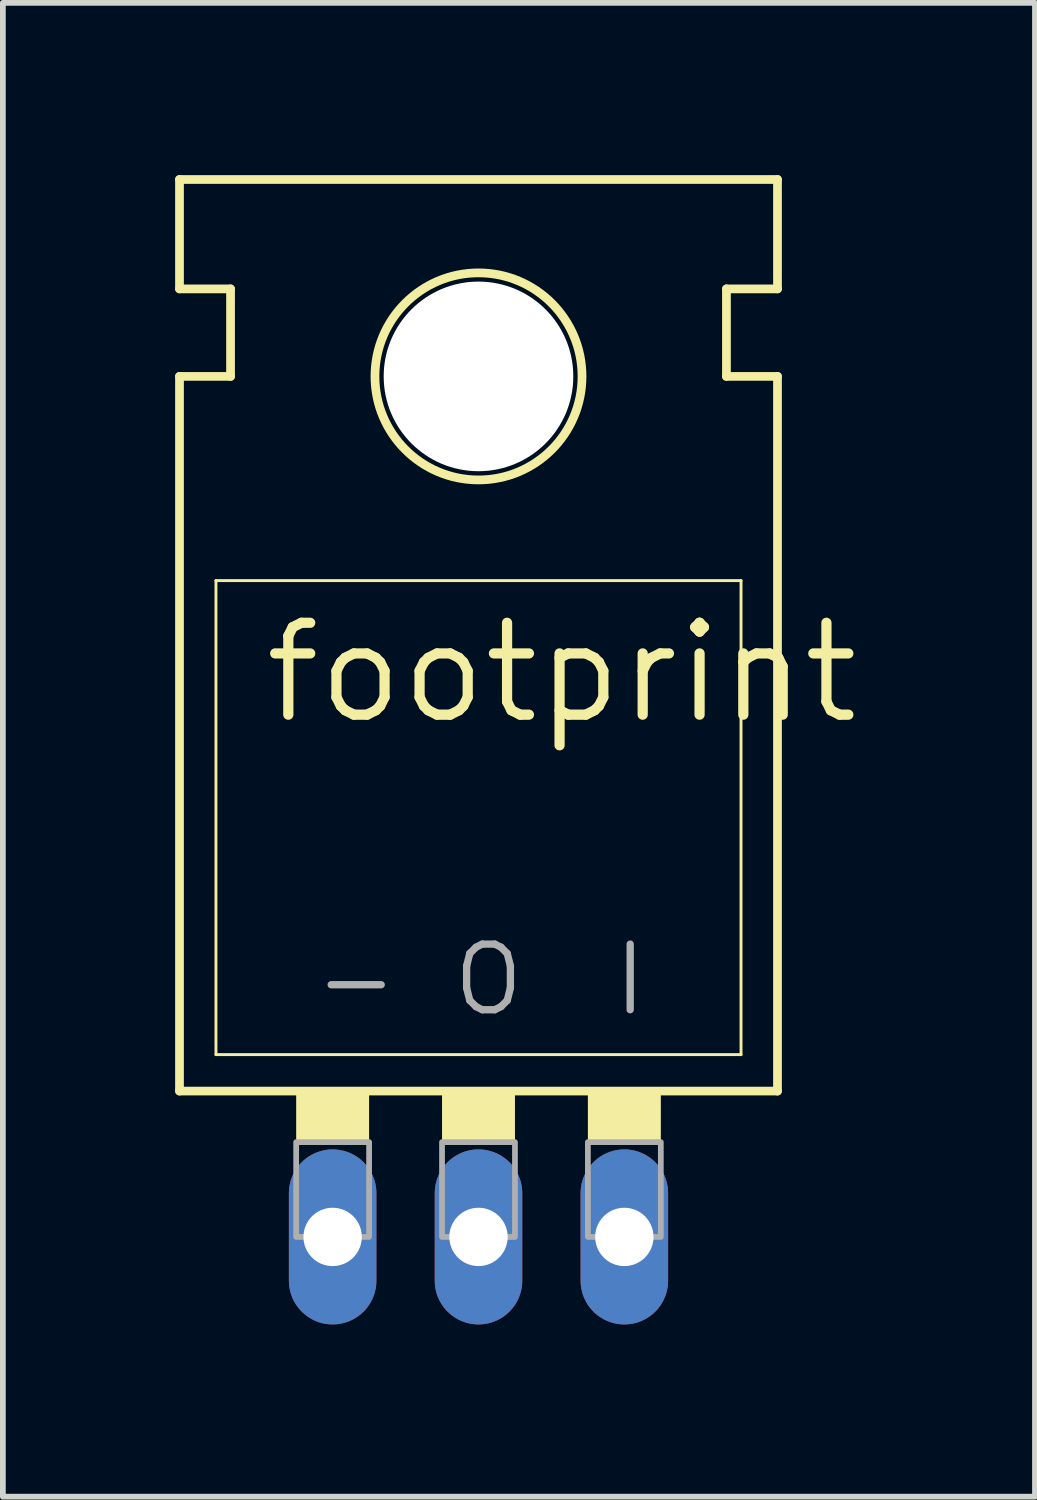
<source format=kicad_pcb>
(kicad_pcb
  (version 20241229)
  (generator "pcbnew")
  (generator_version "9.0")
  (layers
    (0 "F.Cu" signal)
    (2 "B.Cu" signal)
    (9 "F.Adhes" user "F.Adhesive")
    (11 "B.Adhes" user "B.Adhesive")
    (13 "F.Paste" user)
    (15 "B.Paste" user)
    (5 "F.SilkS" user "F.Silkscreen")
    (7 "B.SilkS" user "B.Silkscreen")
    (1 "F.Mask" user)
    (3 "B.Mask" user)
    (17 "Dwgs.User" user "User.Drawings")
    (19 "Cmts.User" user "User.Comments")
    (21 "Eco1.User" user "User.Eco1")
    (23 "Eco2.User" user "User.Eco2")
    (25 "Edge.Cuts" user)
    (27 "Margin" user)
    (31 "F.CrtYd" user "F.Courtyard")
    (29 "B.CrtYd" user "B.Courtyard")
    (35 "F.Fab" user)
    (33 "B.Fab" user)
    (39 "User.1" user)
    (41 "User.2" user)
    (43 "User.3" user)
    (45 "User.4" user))
  (footprint "footprint"
    (layer "F.Cu")
    (at 5.283 14.681)
    (property "Reference" "footprint" (at -3.81 -5.08 0) (layer "F.SilkS") (effects (font (size 1.6 1.6) (thickness 0.178)) (justify left bottom)))
    (fp_line (start -5.207 -12.7) (end -5.207 -14.605) (stroke (width 0.152) (type solid)) (layer "F.SilkS"))
    (fp_line (start -5.207 -11.176) (end -4.318 -11.176) (stroke (width 0.152) (type solid)) (layer "F.SilkS"))
    (fp_line (start -5.207 1.27) (end -5.207 -11.176) (stroke (width 0.152) (type solid)) (layer "F.SilkS"))
    (fp_line (start -5.207 1.27) (end 5.207 1.27) (stroke (width 0.152) (type solid)) (layer "F.SilkS"))
    (fp_line (start -4.572 0.635) (end -4.572 -7.62) (stroke (width 0.051) (type solid)) (layer "F.SilkS"))
    (fp_line (start -4.572 0.635) (end 4.572 0.635) (stroke (width 0.051) (type solid)) (layer "F.SilkS"))
    (fp_line (start -4.318 -12.7) (end -5.207 -12.7) (stroke (width 0.152) (type solid)) (layer "F.SilkS"))
    (fp_line (start -4.318 -11.176) (end -4.318 -12.7) (stroke (width 0.152) (type solid)) (layer "F.SilkS"))
    (fp_line (start 4.318 -12.7) (end 5.207 -12.7) (stroke (width 0.152) (type solid)) (layer "F.SilkS"))
    (fp_line (start 4.318 -11.176) (end 4.318 -12.7) (stroke (width 0.152) (type solid)) (layer "F.SilkS"))
    (fp_line (start 4.572 -7.62) (end -4.572 -7.62) (stroke (width 0.051) (type solid)) (layer "F.SilkS"))
    (fp_line (start 4.572 -7.62) (end 4.572 0.635) (stroke (width 0.051) (type solid)) (layer "F.SilkS"))
    (fp_line (start 5.207 -14.605) (end -5.207 -14.605) (stroke (width 0.152) (type solid)) (layer "F.SilkS"))
    (fp_line (start 5.207 -12.7) (end 5.207 -14.605) (stroke (width 0.152) (type solid)) (layer "F.SilkS"))
    (fp_line (start 5.207 -11.176) (end 4.318 -11.176) (stroke (width 0.152) (type solid)) (layer "F.SilkS"))
    (fp_line (start 5.207 1.27) (end 5.207 -11.176) (stroke (width 0.152) (type solid)) (layer "F.SilkS"))
    (fp_circle (center 0 -11.176) (end 1.803 -11.176) (stroke (width 0.152) (type solid)) (fill no) (layer "F.SilkS"))
    (fp_poly (pts (xy -3.175 2.159) (xy -1.905 2.159) (xy -1.905 1.27) (xy -3.175 1.27)) (stroke (width 0) (type solid)) (fill yes) (layer "F.SilkS"))
    (fp_poly (pts (xy -0.635 2.159) (xy 0.635 2.159) (xy 0.635 1.27) (xy -0.635 1.27)) (stroke (width 0) (type solid)) (fill yes) (layer "F.SilkS"))
    (fp_poly (pts (xy 1.905 2.159) (xy 3.175 2.159) (xy 3.175 1.27) (xy 1.905 1.27)) (stroke (width 0) (type solid)) (fill yes) (layer "F.SilkS"))
    (fp_poly (pts (xy -3.175 3.81) (xy -1.905 3.81) (xy -1.905 2.159) (xy -3.175 2.159)) (stroke (width 0.1) (type solid)) (fill no) (layer "F.Fab"))
    (fp_poly (pts (xy -0.635 3.81) (xy 0.635 3.81) (xy 0.635 2.159) (xy -0.635 2.159)) (stroke (width 0.1) (type solid)) (fill no) (layer "F.Fab"))
    (fp_poly (pts (xy 1.905 3.81) (xy 3.175 3.81) (xy 3.175 2.159) (xy 1.905 2.159)) (stroke (width 0.1) (type solid)) (fill no) (layer "F.Fab"))
    (fp_text user "O" (at -0.508 0 0) (layer "F.Fab") (effects (font (size 1.143 1.143) (thickness 0.127)) (justify left bottom)))
    (fp_text user "-" (at -2.921 0 0) (layer "F.Fab") (effects (font (size 1.143 1.143) (thickness 0.127)) (justify left bottom)))
    (fp_text user "I" (at 2.286 0 0) (layer "F.Fab") (effects (font (size 1.143 1.143) (thickness 0.127)) (justify left bottom)))
    (pad "" np_thru_hole circle (at 0 -11.176) (size 3.302 3.302) (drill 3.302) (layers "*.Cu" "*.Mask"))
    (pad "GND" thru_hole oval (at -2.54 3.81 90) (size 3.048 1.524) (drill 1.016) (layers "*.Cu" "*.Mask"))
    (pad "IN" thru_hole oval (at 2.54 3.81 90) (size 3.048 1.524) (drill 1.016) (layers "*.Cu" "*.Mask"))
    (pad "OUT" thru_hole oval (at 0 3.81 90) (size 3.048 1.524) (drill 1.016) (layers "*.Cu" "*.Mask"))
    (zone (net_name "") (layers "F.Cu" "B.Cu") (hatch edge 0.508) (connect_pads) (min_thickness 0.254) (filled_areas_thickness no) (keepout (tracks allowed) (vias not_allowed) (pads allowed) (copperpour allowed) (footprints allowed)) (placement (enabled no)) (fill) (polygon (pts (xy 8.331 3.505) (xy 8.285 2.976) (xy 8.147 2.463) (xy 7.923 1.981) (xy 7.618 1.546) (xy 7.242 1.17) (xy 6.807 0.866) (xy 6.326 0.641) (xy 5.812 0.504) (xy 5.283 0.457) (xy 4.754 0.504) (xy 4.241 0.641) (xy 3.759 0.866) (xy 3.324 1.17) (xy 2.948 1.546) (xy 2.644 1.981) (xy 2.419 2.463) (xy 2.282 2.976) (xy 2.235 3.505) (xy 2.282 4.034) (xy 2.419 4.548) (xy 2.644 5.029) (xy 2.948 5.464) (xy 3.324 5.84) (xy 3.759 6.145) (xy 4.241 6.369) (xy 4.754 6.507) (xy 5.283 6.553) (xy 5.812 6.507) (xy 6.326 6.369) (xy 6.807 6.145) (xy 7.242 5.84) (xy 7.618 5.464) (xy 7.923 5.029) (xy 8.147 4.548) (xy 8.285 4.034))))
    (zone (net_name "") (layer "B.Cu") (hatch edge 0.508) (connect_pads) (min_thickness 0.254) (filled_areas_thickness no) (keepout (tracks not_allowed) (vias not_allowed) (pads not_allowed) (copperpour not_allowed) (footprints allowed)) (placement (enabled no)) (fill) (polygon (pts (xy 8.331 3.505) (xy 8.285 2.976) (xy 8.147 2.463) (xy 7.923 1.981) (xy 7.618 1.546) (xy 7.242 1.17) (xy 6.807 0.866) (xy 6.326 0.641) (xy 5.812 0.504) (xy 5.283 0.457) (xy 4.754 0.504) (xy 4.241 0.641) (xy 3.759 0.866) (xy 3.324 1.17) (xy 2.948 1.546) (xy 2.644 1.981) (xy 2.419 2.463) (xy 2.282 2.976) (xy 2.235 3.505) (xy 2.282 4.034) (xy 2.419 4.548) (xy 2.644 5.029) (xy 2.948 5.464) (xy 3.324 5.84) (xy 3.759 6.145) (xy 4.241 6.369) (xy 4.754 6.507) (xy 5.283 6.553) (xy 5.812 6.507) (xy 6.326 6.369) (xy 6.807 6.145) (xy 7.242 5.84) (xy 7.618 5.464) (xy 7.923 5.029) (xy 8.147 4.548) (xy 8.285 4.034)))))
  (gr_rect
    (start -3 -3)
    (end 14.974 23.015)
    (stroke (width 0.1) (type default))
    (fill no)
    (layer "Edge.Cuts")))
</source>
